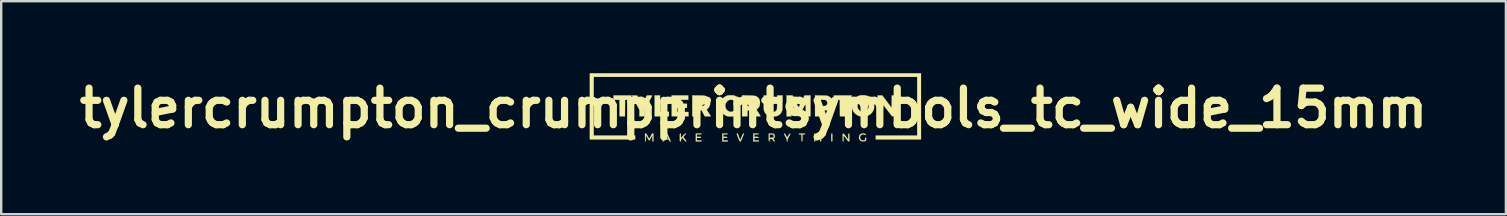
<source format=kicad_pcb>
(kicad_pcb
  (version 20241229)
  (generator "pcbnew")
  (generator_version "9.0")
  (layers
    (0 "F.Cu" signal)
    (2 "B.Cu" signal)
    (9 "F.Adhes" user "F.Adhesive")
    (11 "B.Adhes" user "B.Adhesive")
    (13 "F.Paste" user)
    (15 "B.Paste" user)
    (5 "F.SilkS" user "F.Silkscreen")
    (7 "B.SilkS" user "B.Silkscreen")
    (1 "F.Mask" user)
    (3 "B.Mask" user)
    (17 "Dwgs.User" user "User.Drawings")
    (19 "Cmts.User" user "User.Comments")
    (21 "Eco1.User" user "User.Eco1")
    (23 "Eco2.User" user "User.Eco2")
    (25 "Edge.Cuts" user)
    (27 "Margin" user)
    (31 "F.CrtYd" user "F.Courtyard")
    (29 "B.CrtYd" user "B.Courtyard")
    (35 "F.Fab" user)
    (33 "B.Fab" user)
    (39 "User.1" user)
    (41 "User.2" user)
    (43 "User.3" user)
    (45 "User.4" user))
  (footprint "tylercrumpton_crumpprintsymbols_tc_wide_15mm"
    (layer "F.Cu")
    (at 28.346 1.456)
    (property "Reference" "tylercrumpton_crumpprintsymbols_tc_wide_15mm" (at 0 0 0) (layer "F.SilkS") (effects (font (size 1.524 1.524) (thickness 0.3))))
    (attr through_hole)
    (fp_poly (pts (xy -3.896 0.148) (xy -3.526 0.148) (xy -3.526 0.339) (xy -4.119 0.339) (xy -4.119 -0.529) (xy -3.896 -0.529) (xy -3.896 0.148)) (stroke (width 0.01) (type solid)) (fill yes) (layer "F.SilkS"))
    (fp_poly (pts (xy -5.093 -0.35) (xy -5.352 -0.344) (xy -5.355 -0.003) (xy -5.358 0.339) (xy -5.579 0.339) (xy -5.585 -0.344) (xy -5.834 -0.35) (xy -5.834 -0.529) (xy -5.093 -0.529) (xy -5.093 -0.35)) (stroke (width 0.01) (type solid)) (fill yes) (layer "F.SilkS"))
    (fp_poly (pts (xy 4.087 -0.35) (xy 3.957 -0.347) (xy 3.827 -0.344) (xy 3.822 0.339) (xy 3.6 0.339) (xy 3.595 -0.344) (xy 3.346 -0.35) (xy 3.346 -0.529) (xy 4.087 -0.529) (xy 4.087 -0.35)) (stroke (width 0.01) (type solid)) (fill yes) (layer "F.SilkS"))
    (fp_poly (pts (xy 6.977 1.302) (xy 5.093 1.302) (xy 5.093 1.143) (xy 6.819 1.143) (xy 6.819 -1.302) (xy -6.66 -1.302) (xy -6.66 1.143) (xy -4.934 1.143) (xy -4.934 1.302) (xy -6.819 1.302) (xy -6.819 -1.451) (xy 6.977 -1.451) (xy 6.977 1.302)) (stroke (width 0.01) (type solid)) (fill yes) (layer "F.SilkS"))
    (fp_poly (pts (xy -2.721 -0.349) (xy -3.188 -0.349) (xy -3.185 -0.267) (xy -3.182 -0.185) (xy -2.978 -0.182) (xy -2.774 -0.18) (xy -2.774 -0.011) (xy -3.187 -0.011) (xy -3.187 0.159) (xy -2.71 0.159) (xy -2.71 0.339) (xy -3.409 0.339) (xy -3.409 -0.529) (xy -2.721 -0.529) (xy -2.721 -0.349)) (stroke (width 0.01) (type solid)) (fill yes) (layer "F.SilkS"))
    (fp_poly (pts (xy 5.559 -0.27) (xy 5.754 -0.011) (xy 5.76 -0.529) (xy 5.971 -0.529) (xy 5.971 0.34) (xy 5.869 0.337) (xy 5.767 0.334) (xy 5.578 0.085) (xy 5.53 0.022) (xy 5.485 -0.036) (xy 5.446 -0.086) (xy 5.415 -0.125) (xy 5.392 -0.153) (xy 5.38 -0.167) (xy 5.378 -0.168) (xy 5.375 -0.159) (xy 5.372 -0.129) (xy 5.37 -0.081) (xy 5.369 -0.015) (xy 5.368 0.068) (xy 5.368 0.084) (xy 5.368 0.339) (xy 5.167 0.339) (xy 5.167 -0.529) (xy 5.364 -0.529) (xy 5.559 -0.27)) (stroke (width 0.01) (type solid)) (fill yes) (layer "F.SilkS"))
    (fp_poly (pts (xy 3.269 1.06) (xy 3.275 1.065) (xy 3.279 1.077) (xy 3.281 1.1) (xy 3.282 1.136) (xy 3.282 1.188) (xy 3.282 1.223) (xy 3.282 1.285) (xy 3.281 1.329) (xy 3.28 1.358) (xy 3.277 1.376) (xy 3.272 1.384) (xy 3.266 1.387) (xy 3.261 1.387) (xy 3.253 1.386) (xy 3.247 1.381) (xy 3.244 1.369) (xy 3.241 1.346) (xy 3.24 1.31) (xy 3.24 1.258) (xy 3.24 1.223) (xy 3.24 1.161) (xy 3.241 1.117) (xy 3.242 1.087) (xy 3.245 1.07) (xy 3.25 1.062) (xy 3.257 1.059) (xy 3.261 1.059) (xy 3.269 1.06)) (stroke (width 0.01) (type solid)) (fill yes) (layer "F.SilkS"))
    (fp_poly (pts (xy 2.073 1.059) (xy 2.112 1.061) (xy 2.135 1.064) (xy 2.147 1.068) (xy 2.149 1.074) (xy 2.142 1.084) (xy 2.119 1.09) (xy 2.094 1.093) (xy 2.038 1.096) (xy 2.035 1.241) (xy 2.034 1.301) (xy 2.031 1.343) (xy 2.028 1.369) (xy 2.024 1.383) (xy 2.018 1.387) (xy 2.017 1.387) (xy 2.011 1.383) (xy 2.006 1.371) (xy 2.003 1.346) (xy 2 1.305) (xy 1.999 1.247) (xy 1.999 1.241) (xy 1.996 1.096) (xy 1.94 1.093) (xy 1.905 1.089) (xy 1.887 1.081) (xy 1.885 1.074) (xy 1.888 1.068) (xy 1.901 1.063) (xy 1.925 1.06) (xy 1.966 1.059) (xy 2.017 1.059) (xy 2.073 1.059)) (stroke (width 0.01) (type solid)) (fill yes) (layer "F.SilkS"))
    (fp_poly (pts (xy -1.14 1.059) (xy -1.107 1.061) (xy -1.089 1.065) (xy -1.081 1.07) (xy -1.08 1.075) (xy -1.084 1.083) (xy -1.098 1.087) (xy -1.126 1.09) (xy -1.17 1.091) (xy -1.26 1.091) (xy -1.26 1.196) (xy -1.181 1.196) (xy -1.14 1.197) (xy -1.116 1.199) (xy -1.105 1.204) (xy -1.101 1.214) (xy -1.101 1.218) (xy -1.103 1.228) (xy -1.112 1.235) (xy -1.131 1.238) (xy -1.166 1.239) (xy -1.181 1.239) (xy -1.26 1.239) (xy -1.26 1.345) (xy -1.165 1.345) (xy -1.119 1.345) (xy -1.091 1.347) (xy -1.076 1.351) (xy -1.07 1.357) (xy -1.069 1.366) (xy -1.071 1.375) (xy -1.077 1.381) (xy -1.092 1.385) (xy -1.12 1.386) (xy -1.164 1.387) (xy -1.186 1.387) (xy -1.302 1.387) (xy -1.302 1.059) (xy -1.191 1.059) (xy -1.14 1.059)) (stroke (width 0.01) (type solid)) (fill yes) (layer "F.SilkS"))
    (fp_poly (pts (xy 0.151 1.059) (xy 0.184 1.061) (xy 0.203 1.065) (xy 0.211 1.07) (xy 0.212 1.075) (xy 0.208 1.083) (xy 0.194 1.087) (xy 0.166 1.09) (xy 0.122 1.091) (xy 0.032 1.091) (xy 0.032 1.196) (xy 0.116 1.196) (xy 0.159 1.197) (xy 0.184 1.199) (xy 0.197 1.204) (xy 0.201 1.212) (xy 0.201 1.218) (xy 0.199 1.228) (xy 0.191 1.234) (xy 0.172 1.238) (xy 0.139 1.239) (xy 0.116 1.239) (xy 0.032 1.239) (xy 0.032 1.345) (xy 0.127 1.345) (xy 0.172 1.345) (xy 0.2 1.347) (xy 0.215 1.351) (xy 0.221 1.357) (xy 0.222 1.366) (xy 0.221 1.375) (xy 0.215 1.381) (xy 0.199 1.385) (xy 0.172 1.386) (xy 0.128 1.387) (xy 0.106 1.387) (xy -0.011 1.387) (xy -0.011 1.059) (xy 0.101 1.059) (xy 0.151 1.059)) (stroke (width 0.01) (type solid)) (fill yes) (layer "F.SilkS"))
    (fp_poly (pts (xy -2.235 1.059) (xy -2.2 1.061) (xy -2.181 1.064) (xy -2.172 1.07) (xy -2.17 1.075) (xy -2.174 1.082) (xy -2.188 1.087) (xy -2.215 1.09) (xy -2.259 1.091) (xy -2.266 1.091) (xy -2.361 1.091) (xy -2.361 1.196) (xy -2.276 1.196) (xy -2.234 1.197) (xy -2.209 1.199) (xy -2.196 1.204) (xy -2.192 1.212) (xy -2.192 1.218) (xy -2.193 1.228) (xy -2.202 1.234) (xy -2.22 1.238) (xy -2.254 1.239) (xy -2.276 1.239) (xy -2.361 1.239) (xy -2.361 1.345) (xy -2.266 1.345) (xy -2.221 1.345) (xy -2.192 1.347) (xy -2.177 1.351) (xy -2.171 1.357) (xy -2.17 1.366) (xy -2.172 1.375) (xy -2.178 1.381) (xy -2.194 1.385) (xy -2.221 1.386) (xy -2.265 1.387) (xy -2.287 1.387) (xy -2.403 1.387) (xy -2.403 1.059) (xy -2.287 1.059) (xy -2.235 1.059)) (stroke (width 0.01) (type solid)) (fill yes) (layer "F.SilkS"))
    (fp_poly (pts (xy 1.304 1.07) (xy 1.324 1.095) (xy 1.35 1.135) (xy 1.354 1.142) (xy 1.375 1.177) (xy 1.392 1.203) (xy 1.402 1.217) (xy 1.403 1.218) (xy 1.41 1.209) (xy 1.425 1.187) (xy 1.445 1.154) (xy 1.452 1.142) (xy 1.479 1.099) (xy 1.5 1.073) (xy 1.516 1.06) (xy 1.532 1.06) (xy 1.534 1.06) (xy 1.533 1.07) (xy 1.523 1.095) (xy 1.506 1.131) (xy 1.482 1.173) (xy 1.481 1.175) (xy 1.453 1.226) (xy 1.435 1.264) (xy 1.424 1.294) (xy 1.42 1.319) (xy 1.419 1.337) (xy 1.417 1.369) (xy 1.41 1.384) (xy 1.403 1.387) (xy 1.393 1.381) (xy 1.388 1.361) (xy 1.387 1.337) (xy 1.385 1.311) (xy 1.379 1.285) (xy 1.366 1.253) (xy 1.345 1.212) (xy 1.324 1.175) (xy 1.301 1.132) (xy 1.283 1.096) (xy 1.273 1.071) (xy 1.272 1.06) (xy 1.272 1.06) (xy 1.287 1.06) (xy 1.304 1.07)) (stroke (width 0.01) (type solid)) (fill yes) (layer "F.SilkS"))
    (fp_poly (pts (xy -4.283 -0.529) (xy -4.252 -0.528) (xy -4.234 -0.525) (xy -4.228 -0.52) (xy -4.229 -0.512) (xy -4.229 -0.511) (xy -4.236 -0.498) (xy -4.251 -0.468) (xy -4.274 -0.424) (xy -4.302 -0.37) (xy -4.336 -0.306) (xy -4.372 -0.236) (xy -4.384 -0.215) (xy -4.532 0.063) (xy -4.532 0.339) (xy -4.754 0.339) (xy -4.754 0.071) (xy -4.91 -0.221) (xy -4.949 -0.293) (xy -4.984 -0.359) (xy -5.015 -0.417) (xy -5.04 -0.464) (xy -5.058 -0.499) (xy -5.068 -0.518) (xy -5.07 -0.521) (xy -5.062 -0.525) (xy -5.036 -0.527) (xy -4.998 -0.528) (xy -4.96 -0.527) (xy -4.847 -0.524) (xy -4.749 -0.347) (xy -4.719 -0.291) (xy -4.691 -0.242) (xy -4.669 -0.203) (xy -4.654 -0.176) (xy -4.647 -0.165) (xy -4.647 -0.164) (xy -4.64 -0.172) (xy -4.626 -0.195) (xy -4.604 -0.232) (xy -4.578 -0.279) (xy -4.548 -0.334) (xy -4.542 -0.344) (xy -4.442 -0.529) (xy -4.332 -0.529) (xy -4.283 -0.529)) (stroke (width 0.01) (type solid)) (fill yes) (layer "F.SilkS"))
    (fp_poly (pts (xy 1.748 -0.281) (xy 1.781 -0.214) (xy 1.811 -0.154) (xy 1.836 -0.103) (xy 1.857 -0.064) (xy 1.871 -0.04) (xy 1.876 -0.032) (xy 1.883 -0.041) (xy 1.897 -0.067) (xy 1.918 -0.106) (xy 1.945 -0.158) (xy 1.975 -0.218) (xy 2.005 -0.281) (xy 2.127 -0.529) (xy 2.372 -0.529) (xy 2.372 0.339) (xy 2.181 0.339) (xy 2.18 0.167) (xy 2.179 0.099) (xy 2.177 0.029) (xy 2.175 -0.035) (xy 2.173 -0.088) (xy 2.172 -0.103) (xy 2.165 -0.201) (xy 2.058 0.024) (xy 1.952 0.249) (xy 1.878 0.252) (xy 1.805 0.255) (xy 1.7 0.035) (xy 1.67 -0.029) (xy 1.642 -0.086) (xy 1.619 -0.134) (xy 1.6 -0.17) (xy 1.589 -0.191) (xy 1.586 -0.195) (xy 1.584 -0.188) (xy 1.582 -0.162) (xy 1.58 -0.12) (xy 1.579 -0.066) (xy 1.578 -0.0001) (xy 1.578 0.067) (xy 1.578 0.339) (xy 1.376 0.339) (xy 1.376 -0.529) (xy 1.627 -0.529) (xy 1.748 -0.281)) (stroke (width 0.01) (type solid)) (fill yes) (layer "F.SilkS"))
    (fp_poly (pts (xy -0.406 1.063) (xy -0.402 1.068) (xy -0.406 1.08) (xy -0.417 1.108) (xy -0.433 1.149) (xy -0.453 1.199) (xy -0.465 1.229) (xy -0.49 1.288) (xy -0.508 1.33) (xy -0.523 1.358) (xy -0.534 1.375) (xy -0.545 1.383) (xy -0.552 1.385) (xy -0.562 1.384) (xy -0.571 1.379) (xy -0.581 1.365) (xy -0.593 1.342) (xy -0.609 1.305) (xy -0.631 1.252) (xy -0.642 1.223) (xy -0.666 1.163) (xy -0.683 1.119) (xy -0.693 1.09) (xy -0.697 1.072) (xy -0.696 1.063) (xy -0.691 1.059) (xy -0.683 1.059) (xy -0.673 1.061) (xy -0.663 1.069) (xy -0.651 1.087) (xy -0.637 1.118) (xy -0.619 1.164) (xy -0.609 1.191) (xy -0.59 1.24) (xy -0.573 1.28) (xy -0.56 1.309) (xy -0.552 1.323) (xy -0.552 1.323) (xy -0.546 1.314) (xy -0.534 1.289) (xy -0.518 1.251) (xy -0.499 1.204) (xy -0.494 1.191) (xy -0.472 1.135) (xy -0.455 1.097) (xy -0.441 1.073) (xy -0.431 1.061) (xy -0.422 1.059) (xy -0.406 1.063)) (stroke (width 0.01) (type solid)) (fill yes) (layer "F.SilkS"))
    (fp_poly (pts (xy 2.803 1.06) (xy 2.809 1.065) (xy 2.813 1.078) (xy 2.815 1.101) (xy 2.816 1.138) (xy 2.816 1.192) (xy 2.816 1.223) (xy 2.816 1.285) (xy 2.816 1.329) (xy 2.814 1.358) (xy 2.811 1.376) (xy 2.806 1.384) (xy 2.8 1.387) (xy 2.796 1.387) (xy 2.784 1.385) (xy 2.778 1.374) (xy 2.774 1.351) (xy 2.772 1.316) (xy 2.769 1.244) (xy 2.671 1.241) (xy 2.573 1.238) (xy 2.573 1.312) (xy 2.572 1.352) (xy 2.57 1.374) (xy 2.564 1.384) (xy 2.554 1.387) (xy 2.552 1.387) (xy 2.544 1.386) (xy 2.538 1.381) (xy 2.534 1.369) (xy 2.532 1.346) (xy 2.531 1.31) (xy 2.53 1.258) (xy 2.53 1.223) (xy 2.531 1.161) (xy 2.531 1.117) (xy 2.533 1.087) (xy 2.536 1.07) (xy 2.54 1.062) (xy 2.547 1.059) (xy 2.551 1.059) (xy 2.562 1.061) (xy 2.569 1.072) (xy 2.573 1.095) (xy 2.575 1.13) (xy 2.578 1.202) (xy 2.769 1.202) (xy 2.772 1.13) (xy 2.774 1.092) (xy 2.778 1.07) (xy 2.785 1.061) (xy 2.796 1.059) (xy 2.803 1.06)) (stroke (width 0.01) (type solid)) (fill yes) (layer "F.SilkS"))
    (fp_poly (pts (xy 2.814 -0.527) (xy 2.894 -0.526) (xy 2.956 -0.525) (xy 3.003 -0.523) (xy 3.038 -0.52) (xy 3.065 -0.517) (xy 3.086 -0.512) (xy 3.105 -0.506) (xy 3.12 -0.499) (xy 3.173 -0.467) (xy 3.22 -0.425) (xy 3.257 -0.376) (xy 3.272 -0.343) (xy 3.279 -0.312) (xy 3.284 -0.269) (xy 3.286 -0.222) (xy 3.286 -0.215) (xy 3.277 -0.13) (xy 3.253 -0.059) (xy 3.212 -0.001) (xy 3.154 0.046) (xy 3.113 0.067) (xy 3.087 0.077) (xy 3.057 0.084) (xy 3.017 0.089) (xy 2.963 0.092) (xy 2.925 0.093) (xy 2.785 0.098) (xy 2.785 0.339) (xy 2.562 0.339) (xy 2.562 -0.083) (xy 2.785 -0.083) (xy 2.895 -0.086) (xy 2.946 -0.088) (xy 2.98 -0.092) (xy 3.003 -0.097) (xy 3.019 -0.105) (xy 3.032 -0.115) (xy 3.063 -0.158) (xy 3.076 -0.206) (xy 3.071 -0.255) (xy 3.048 -0.301) (xy 3.033 -0.318) (xy 3.018 -0.33) (xy 3.002 -0.338) (xy 2.979 -0.343) (xy 2.944 -0.346) (xy 2.895 -0.348) (xy 2.785 -0.351) (xy 2.785 -0.083) (xy 2.562 -0.083) (xy 2.562 -0.531) (xy 2.814 -0.527)) (stroke (width 0.01) (type solid)) (fill yes) (layer "F.SilkS"))
    (fp_poly (pts (xy 4.601 1.055) (xy 4.662 1.077) (xy 4.682 1.089) (xy 4.685 1.098) (xy 4.678 1.108) (xy 4.664 1.117) (xy 4.648 1.115) (xy 4.631 1.107) (xy 4.581 1.091) (xy 4.533 1.093) (xy 4.491 1.113) (xy 4.459 1.147) (xy 4.44 1.193) (xy 4.436 1.227) (xy 4.446 1.273) (xy 4.471 1.311) (xy 4.508 1.337) (xy 4.552 1.35) (xy 4.599 1.345) (xy 4.609 1.341) (xy 4.633 1.329) (xy 4.644 1.316) (xy 4.648 1.292) (xy 4.648 1.276) (xy 4.649 1.246) (xy 4.655 1.232) (xy 4.667 1.228) (xy 4.669 1.228) (xy 4.681 1.231) (xy 4.688 1.242) (xy 4.69 1.266) (xy 4.69 1.286) (xy 4.689 1.321) (xy 4.683 1.342) (xy 4.671 1.356) (xy 4.663 1.362) (xy 4.624 1.378) (xy 4.575 1.385) (xy 4.525 1.382) (xy 4.483 1.37) (xy 4.479 1.368) (xy 4.447 1.345) (xy 4.419 1.315) (xy 4.417 1.312) (xy 4.403 1.287) (xy 4.396 1.262) (xy 4.395 1.228) (xy 4.396 1.21) (xy 4.4 1.17) (xy 4.408 1.144) (xy 4.423 1.121) (xy 4.436 1.106) (xy 4.485 1.07) (xy 4.541 1.053) (xy 4.601 1.055)) (stroke (width 0.01) (type solid)) (fill yes) (layer "F.SilkS"))
    (fp_poly (pts (xy 0.777 1.059) (xy 0.808 1.061) (xy 0.828 1.066) (xy 0.843 1.075) (xy 0.858 1.09) (xy 0.883 1.128) (xy 0.89 1.172) (xy 0.88 1.215) (xy 0.852 1.254) (xy 0.843 1.262) (xy 0.821 1.279) (xy 0.855 1.327) (xy 0.877 1.358) (xy 0.887 1.376) (xy 0.885 1.385) (xy 0.873 1.387) (xy 0.868 1.387) (xy 0.848 1.377) (xy 0.823 1.348) (xy 0.813 1.334) (xy 0.793 1.304) (xy 0.778 1.289) (xy 0.76 1.283) (xy 0.733 1.283) (xy 0.725 1.284) (xy 0.672 1.286) (xy 0.669 1.337) (xy 0.664 1.37) (xy 0.656 1.386) (xy 0.651 1.387) (xy 0.645 1.384) (xy 0.64 1.372) (xy 0.638 1.349) (xy 0.636 1.313) (xy 0.635 1.259) (xy 0.635 1.239) (xy 0.666 1.239) (xy 0.733 1.239) (xy 0.784 1.235) (xy 0.819 1.225) (xy 0.823 1.222) (xy 0.843 1.197) (xy 0.848 1.165) (xy 0.837 1.132) (xy 0.819 1.112) (xy 0.796 1.098) (xy 0.768 1.093) (xy 0.731 1.093) (xy 0.672 1.096) (xy 0.669 1.167) (xy 0.666 1.239) (xy 0.635 1.239) (xy 0.635 1.223) (xy 0.635 1.059) (xy 0.731 1.059) (xy 0.777 1.059)) (stroke (width 0.01) (type solid)) (fill yes) (layer "F.SilkS"))
    (fp_poly (pts (xy 3.979 1.06) (xy 3.984 1.065) (xy 3.988 1.078) (xy 3.99 1.101) (xy 3.991 1.137) (xy 3.992 1.191) (xy 3.992 1.223) (xy 3.991 1.285) (xy 3.991 1.329) (xy 3.989 1.358) (xy 3.987 1.375) (xy 3.982 1.384) (xy 3.975 1.387) (xy 3.968 1.387) (xy 3.954 1.382) (xy 3.936 1.367) (xy 3.912 1.339) (xy 3.88 1.297) (xy 3.856 1.265) (xy 3.824 1.221) (xy 3.795 1.185) (xy 3.773 1.158) (xy 3.76 1.145) (xy 3.758 1.143) (xy 3.754 1.153) (xy 3.751 1.181) (xy 3.749 1.221) (xy 3.748 1.265) (xy 3.748 1.319) (xy 3.746 1.354) (xy 3.743 1.375) (xy 3.738 1.385) (xy 3.732 1.387) (xy 3.726 1.384) (xy 3.722 1.374) (xy 3.719 1.353) (xy 3.717 1.318) (xy 3.716 1.268) (xy 3.716 1.223) (xy 3.716 1.161) (xy 3.717 1.117) (xy 3.719 1.087) (xy 3.722 1.07) (xy 3.726 1.062) (xy 3.733 1.059) (xy 3.738 1.059) (xy 3.752 1.066) (xy 3.775 1.088) (xy 3.807 1.126) (xy 3.85 1.181) (xy 3.851 1.183) (xy 3.944 1.308) (xy 3.947 1.183) (xy 3.948 1.13) (xy 3.95 1.095) (xy 3.954 1.073) (xy 3.958 1.063) (xy 3.966 1.059) (xy 3.971 1.059) (xy 3.979 1.06)) (stroke (width 0.01) (type solid)) (fill yes) (layer "F.SilkS"))
    (fp_poly (pts (xy -3.609 1.06) (xy -3.599 1.067) (xy -3.588 1.081) (xy -3.574 1.105) (xy -3.556 1.143) (xy -3.532 1.197) (xy -3.527 1.21) (xy -3.503 1.263) (xy -3.483 1.309) (xy -3.467 1.346) (xy -3.457 1.368) (xy -3.455 1.374) (xy -3.459 1.385) (xy -3.471 1.387) (xy -3.492 1.378) (xy -3.513 1.349) (xy -3.515 1.345) (xy -3.537 1.302) (xy -3.705 1.302) (xy -3.727 1.345) (xy -3.748 1.376) (xy -3.768 1.387) (xy -3.769 1.387) (xy -3.784 1.383) (xy -3.782 1.368) (xy -3.775 1.351) (xy -3.762 1.32) (xy -3.743 1.277) (xy -3.736 1.26) (xy -3.685 1.26) (xy -3.675 1.266) (xy -3.65 1.269) (xy -3.621 1.271) (xy -3.581 1.269) (xy -3.561 1.263) (xy -3.557 1.257) (xy -3.561 1.241) (xy -3.571 1.213) (xy -3.585 1.18) (xy -3.599 1.149) (xy -3.612 1.124) (xy -3.62 1.112) (xy -3.621 1.112) (xy -3.628 1.121) (xy -3.639 1.144) (xy -3.653 1.175) (xy -3.667 1.208) (xy -3.678 1.237) (xy -3.684 1.257) (xy -3.685 1.26) (xy -3.736 1.26) (xy -3.721 1.226) (xy -3.711 1.204) (xy -3.686 1.148) (xy -3.667 1.108) (xy -3.653 1.082) (xy -3.642 1.068) (xy -3.632 1.061) (xy -3.621 1.059) (xy -3.62 1.059) (xy -3.609 1.06)) (stroke (width 0.01) (type solid)) (fill yes) (layer "F.SilkS"))
    (fp_poly (pts (xy -2.818 1.06) (xy -2.815 1.065) (xy -2.823 1.078) (xy -2.842 1.1) (xy -2.863 1.123) (xy -2.89 1.154) (xy -2.911 1.179) (xy -2.922 1.195) (xy -2.922 1.197) (xy -2.916 1.21) (xy -2.901 1.235) (xy -2.878 1.268) (xy -2.866 1.284) (xy -2.834 1.327) (xy -2.814 1.356) (xy -2.803 1.374) (xy -2.801 1.383) (xy -2.806 1.387) (xy -2.817 1.387) (xy -2.819 1.387) (xy -2.836 1.382) (xy -2.858 1.364) (xy -2.886 1.332) (xy -2.9 1.313) (xy -2.926 1.28) (xy -2.948 1.254) (xy -2.962 1.24) (xy -2.965 1.239) (xy -2.981 1.248) (xy -2.999 1.271) (xy -3.015 1.301) (xy -3.026 1.332) (xy -3.028 1.348) (xy -3.03 1.375) (xy -3.039 1.385) (xy -3.049 1.387) (xy -3.057 1.386) (xy -3.063 1.381) (xy -3.067 1.369) (xy -3.069 1.346) (xy -3.07 1.31) (xy -3.07 1.258) (xy -3.07 1.223) (xy -3.07 1.161) (xy -3.07 1.117) (xy -3.068 1.087) (xy -3.065 1.07) (xy -3.061 1.062) (xy -3.054 1.059) (xy -3.049 1.059) (xy -3.039 1.06) (xy -3.033 1.068) (xy -3.029 1.086) (xy -3.028 1.118) (xy -3.028 1.151) (xy -3.028 1.244) (xy -2.942 1.151) (xy -2.901 1.108) (xy -2.871 1.08) (xy -2.848 1.064) (xy -2.831 1.059) (xy -2.83 1.059) (xy -2.818 1.06)) (stroke (width 0.01) (type solid)) (fill yes) (layer "F.SilkS"))
    (fp_poly (pts (xy 0.646 -0.248) (xy 0.646 -0.163) (xy 0.646 -0.096) (xy 0.647 -0.046) (xy 0.649 -0.008) (xy 0.651 0.02) (xy 0.654 0.04) (xy 0.659 0.055) (xy 0.665 0.068) (xy 0.669 0.076) (xy 0.705 0.12) (xy 0.75 0.149) (xy 0.801 0.162) (xy 0.853 0.159) (xy 0.901 0.139) (xy 0.943 0.104) (xy 0.958 0.083) (xy 0.965 0.071) (xy 0.97 0.057) (xy 0.973 0.039) (xy 0.976 0.013) (xy 0.978 -0.023) (xy 0.98 -0.071) (xy 0.981 -0.134) (xy 0.982 -0.215) (xy 0.983 -0.241) (xy 0.986 -0.529) (xy 1.208 -0.529) (xy 1.205 -0.22) (xy 1.204 -0.131) (xy 1.203 -0.06) (xy 1.202 -0.005) (xy 1.2 0.036) (xy 1.198 0.068) (xy 1.194 0.091) (xy 1.19 0.11) (xy 1.184 0.126) (xy 1.177 0.143) (xy 1.174 0.149) (xy 1.129 0.222) (xy 1.069 0.279) (xy 1.007 0.316) (xy 0.954 0.333) (xy 0.888 0.344) (xy 0.817 0.349) (xy 0.746 0.347) (xy 0.684 0.337) (xy 0.66 0.33) (xy 0.58 0.293) (xy 0.517 0.243) (xy 0.47 0.179) (xy 0.441 0.113) (xy 0.435 0.095) (xy 0.431 0.071) (xy 0.428 0.041) (xy 0.426 0.000046) (xy 0.425 -0.053) (xy 0.424 -0.121) (xy 0.424 -0.208) (xy 0.424 -0.233) (xy 0.424 -0.529) (xy 0.646 -0.529) (xy 0.646 -0.248)) (stroke (width 0.01) (type solid)) (fill yes) (layer "F.SilkS"))
    (fp_poly (pts (xy -2.295 -0.528) (xy -2.215 -0.527) (xy -2.152 -0.525) (xy -2.105 -0.524) (xy -2.07 -0.521) (xy -2.043 -0.518) (xy -2.022 -0.514) (xy -2.004 -0.507) (xy -1.985 -0.499) (xy -1.975 -0.494) (xy -1.923 -0.467) (xy -1.886 -0.439) (xy -1.858 -0.406) (xy -1.836 -0.365) (xy -1.822 -0.332) (xy -1.814 -0.298) (xy -1.811 -0.255) (xy -1.811 -0.221) (xy -1.811 -0.173) (xy -1.815 -0.138) (xy -1.824 -0.107) (xy -1.839 -0.074) (xy -1.842 -0.067) (xy -1.879 -0.009) (xy -1.916 0.026) (xy -1.941 0.046) (xy -1.952 0.063) (xy -1.951 0.067) (xy -1.943 0.081) (xy -1.925 0.108) (xy -1.903 0.144) (xy -1.89 0.164) (xy -1.862 0.208) (xy -1.835 0.25) (xy -1.813 0.285) (xy -1.807 0.294) (xy -1.778 0.339) (xy -2.032 0.339) (xy -2.097 0.217) (xy -2.162 0.095) (xy -2.329 0.095) (xy -2.329 0.339) (xy -2.552 0.339) (xy -2.552 -0.349) (xy -2.329 -0.349) (xy -2.329 -0.083) (xy -2.208 -0.086) (xy -2.155 -0.088) (xy -2.119 -0.091) (xy -2.095 -0.095) (xy -2.078 -0.101) (xy -2.065 -0.111) (xy -2.059 -0.117) (xy -2.031 -0.159) (xy -2.019 -0.206) (xy -2.024 -0.254) (xy -2.044 -0.297) (xy -2.074 -0.325) (xy -2.093 -0.336) (xy -2.114 -0.343) (xy -2.141 -0.347) (xy -2.18 -0.349) (xy -2.22 -0.349) (xy -2.329 -0.349) (xy -2.552 -0.349) (xy -2.552 -0.531) (xy -2.295 -0.528)) (stroke (width 0.01) (type solid)) (fill yes) (layer "F.SilkS"))
    (fp_poly (pts (xy -0.22 -0.527) (xy -0.128 -0.525) (xy -0.055 -0.522) (xy 0.003 -0.518) (xy 0.049 -0.513) (xy 0.085 -0.504) (xy 0.114 -0.493) (xy 0.14 -0.478) (xy 0.166 -0.46) (xy 0.178 -0.449) (xy 0.222 -0.403) (xy 0.25 -0.351) (xy 0.265 -0.288) (xy 0.269 -0.222) (xy 0.261 -0.138) (xy 0.239 -0.068) (xy 0.201 -0.01) (xy 0.146 0.039) (xy 0.141 0.042) (xy 0.132 0.049) (xy 0.128 0.057) (xy 0.13 0.069) (xy 0.139 0.087) (xy 0.156 0.117) (xy 0.183 0.159) (xy 0.197 0.18) (xy 0.227 0.226) (xy 0.253 0.267) (xy 0.273 0.299) (xy 0.285 0.318) (xy 0.287 0.32) (xy 0.29 0.328) (xy 0.286 0.333) (xy 0.272 0.337) (xy 0.246 0.338) (xy 0.203 0.339) (xy 0.171 0.339) (xy 0.044 0.339) (xy -0.086 0.095) (xy -0.254 0.095) (xy -0.254 0.339) (xy -0.476 0.339) (xy -0.476 -0.083) (xy -0.254 -0.083) (xy -0.133 -0.086) (xy -0.08 -0.088) (xy -0.044 -0.091) (xy -0.019 -0.095) (xy -0.003 -0.102) (xy 0.011 -0.112) (xy 0.015 -0.116) (xy 0.046 -0.158) (xy 0.059 -0.206) (xy 0.054 -0.256) (xy 0.031 -0.301) (xy 0.015 -0.319) (xy 0.001 -0.33) (xy -0.014 -0.337) (xy -0.036 -0.342) (xy -0.069 -0.345) (xy -0.117 -0.347) (xy -0.133 -0.348) (xy -0.254 -0.351) (xy -0.254 -0.083) (xy -0.476 -0.083) (xy -0.476 -0.531) (xy -0.22 -0.527)) (stroke (width 0.01) (type solid)) (fill yes) (layer "F.SilkS"))
    (fp_poly (pts (xy -4.482 1.061) (xy -4.47 1.071) (xy -4.455 1.091) (xy -4.435 1.123) (xy -4.41 1.17) (xy -4.386 1.213) (xy -4.365 1.247) (xy -4.35 1.27) (xy -4.343 1.277) (xy -4.343 1.277) (xy -4.336 1.266) (xy -4.321 1.24) (xy -4.302 1.204) (xy -4.283 1.166) (xy -4.26 1.119) (xy -4.243 1.088) (xy -4.23 1.07) (xy -4.218 1.061) (xy -4.205 1.059) (xy -4.201 1.059) (xy -4.172 1.059) (xy -4.172 1.223) (xy -4.172 1.285) (xy -4.172 1.329) (xy -4.174 1.358) (xy -4.177 1.376) (xy -4.181 1.384) (xy -4.188 1.387) (xy -4.193 1.387) (xy -4.201 1.386) (xy -4.207 1.38) (xy -4.211 1.366) (xy -4.213 1.34) (xy -4.214 1.3) (xy -4.214 1.252) (xy -4.215 1.117) (xy -4.273 1.232) (xy -4.301 1.284) (xy -4.322 1.319) (xy -4.337 1.338) (xy -4.348 1.343) (xy -4.349 1.343) (xy -4.36 1.332) (xy -4.378 1.307) (xy -4.401 1.271) (xy -4.42 1.236) (xy -4.442 1.195) (xy -4.461 1.161) (xy -4.475 1.139) (xy -4.481 1.133) (xy -4.484 1.143) (xy -4.487 1.17) (xy -4.489 1.21) (xy -4.489 1.259) (xy -4.489 1.26) (xy -4.49 1.315) (xy -4.491 1.352) (xy -4.494 1.374) (xy -4.499 1.384) (xy -4.505 1.387) (xy -4.511 1.384) (xy -4.516 1.374) (xy -4.518 1.353) (xy -4.52 1.318) (xy -4.521 1.268) (xy -4.521 1.223) (xy -4.521 1.059) (xy -4.495 1.059) (xy -4.482 1.061)) (stroke (width 0.01) (type solid)) (fill yes) (layer "F.SilkS"))
    (fp_poly (pts (xy 4.639 -0.535) (xy 4.737 -0.514) (xy 4.822 -0.477) (xy 4.896 -0.422) (xy 4.957 -0.35) (xy 4.993 -0.29) (xy 5.006 -0.262) (xy 5.015 -0.238) (xy 5.02 -0.212) (xy 5.023 -0.179) (xy 5.024 -0.133) (xy 5.024 -0.101) (xy 5.023 -0.043) (xy 5.021 -0.002) (xy 5.017 0.029) (xy 5.01 0.055) (xy 5 0.079) (xy 4.949 0.167) (xy 4.885 0.238) (xy 4.809 0.292) (xy 4.725 0.328) (xy 4.671 0.34) (xy 4.606 0.347) (xy 4.538 0.349) (xy 4.475 0.345) (xy 4.425 0.336) (xy 4.42 0.335) (xy 4.327 0.295) (xy 4.248 0.241) (xy 4.184 0.173) (xy 4.137 0.093) (xy 4.117 0.04) (xy 4.1 -0.047) (xy 4.099 -0.098) (xy 4.331 -0.098) (xy 4.337 -0.027) (xy 4.359 0.032) (xy 4.397 0.083) (xy 4.454 0.13) (xy 4.515 0.157) (xy 4.579 0.163) (xy 4.644 0.148) (xy 4.674 0.134) (xy 4.723 0.096) (xy 4.764 0.044) (xy 4.792 -0.017) (xy 4.797 -0.037) (xy 4.803 -0.106) (xy 4.792 -0.173) (xy 4.766 -0.233) (xy 4.727 -0.284) (xy 4.677 -0.322) (xy 4.619 -0.345) (xy 4.571 -0.351) (xy 4.519 -0.347) (xy 4.478 -0.335) (xy 4.438 -0.309) (xy 4.414 -0.289) (xy 4.369 -0.238) (xy 4.342 -0.182) (xy 4.331 -0.115) (xy 4.331 -0.098) (xy 4.099 -0.098) (xy 4.099 -0.137) (xy 4.113 -0.223) (xy 4.138 -0.289) (xy 4.189 -0.37) (xy 4.257 -0.437) (xy 4.341 -0.49) (xy 4.347 -0.494) (xy 4.387 -0.513) (xy 4.421 -0.525) (xy 4.455 -0.532) (xy 4.499 -0.536) (xy 4.529 -0.538) (xy 4.639 -0.535)) (stroke (width 0.01) (type solid)) (fill yes) (layer "F.SilkS"))
    (fp_poly (pts (xy -0.893 -0.534) (xy -0.854 -0.533) (xy -0.825 -0.529) (xy -0.799 -0.522) (xy -0.771 -0.51) (xy -0.741 -0.496) (xy -0.698 -0.474) (xy -0.659 -0.45) (xy -0.629 -0.43) (xy -0.626 -0.427) (xy -0.59 -0.396) (xy -0.652 -0.323) (xy -0.679 -0.29) (xy -0.701 -0.263) (xy -0.714 -0.248) (xy -0.716 -0.245) (xy -0.725 -0.249) (xy -0.745 -0.263) (xy -0.764 -0.278) (xy -0.804 -0.308) (xy -0.836 -0.328) (xy -0.87 -0.341) (xy -0.9 -0.348) (xy -0.963 -0.352) (xy -1.023 -0.338) (xy -1.076 -0.307) (xy -1.121 -0.263) (xy -1.154 -0.206) (xy -1.172 -0.141) (xy -1.175 -0.101) (xy -1.166 -0.026) (xy -1.139 0.038) (xy -1.095 0.091) (xy -1.037 0.129) (xy -0.998 0.144) (xy -0.94 0.153) (xy -0.881 0.145) (xy -0.819 0.119) (xy -0.771 0.089) (xy -0.722 0.054) (xy -0.655 0.124) (xy -0.588 0.194) (xy -0.63 0.23) (xy -0.661 0.252) (xy -0.702 0.278) (xy -0.746 0.303) (xy -0.751 0.305) (xy -0.788 0.323) (xy -0.818 0.334) (xy -0.848 0.341) (xy -0.884 0.344) (xy -0.933 0.346) (xy -0.942 0.346) (xy -1.016 0.346) (xy -1.072 0.341) (xy -1.103 0.333) (xy -1.165 0.306) (xy -1.228 0.265) (xy -1.285 0.216) (xy -1.325 0.169) (xy -1.363 0.105) (xy -1.388 0.041) (xy -1.402 -0.032) (xy -1.405 -0.064) (xy -1.403 -0.163) (xy -1.381 -0.254) (xy -1.341 -0.336) (xy -1.283 -0.407) (xy -1.208 -0.467) (xy -1.154 -0.497) (xy -1.12 -0.513) (xy -1.092 -0.524) (xy -1.066 -0.53) (xy -1.035 -0.533) (xy -0.993 -0.535) (xy -0.948 -0.535) (xy -0.893 -0.534)) (stroke (width 0.01) (type solid)) (fill yes) (layer "F.SilkS")))
  (gr_rect
    (start -3 -3)
    (end 59.693 5.874)
    (stroke (width 0.1) (type default))
    (fill no)
    (layer "Edge.Cuts")))
</source>
